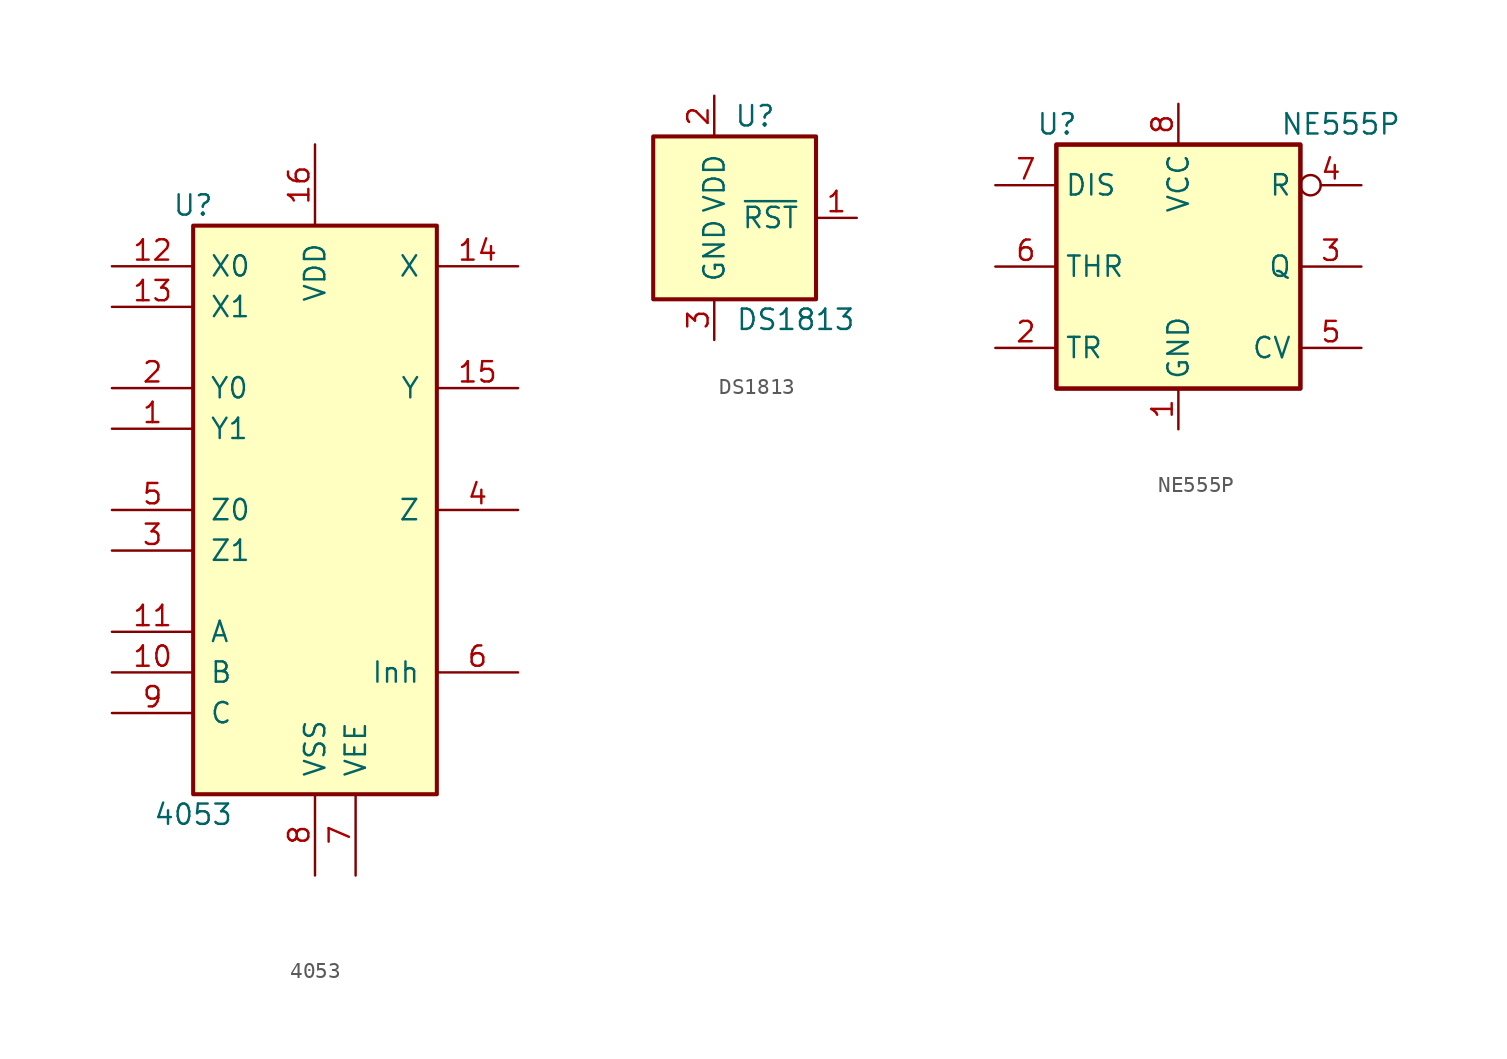
<source format=kicad_sym>
(kicad_symbol_lib
  (version 20211014)
  (generator kicad_symbol_editor)
  (symbol "4053"
    (pin_names
      (offset 1.016))
    (property "Reference" "U"
      (at -7.62 19.05 0)
      (effects (font (size 1.27 1.27))))
    (property "Value" "4053"
      (at -7.62 -19.05 0)
      (effects (font (size 1.27 1.27))))
    (property "ki_locked" ""
      (at 0 0 0)
      (effects (font (size 1.27 1.27))))
    (symbol "4053_1_0"
      (pin passive line (at -12.7 5.08 0) (length 5.08) (name "Y1" (effects (font (size 1.27 1.27)))) (number "1" (effects (font (size 1.27 1.27)))))
      (pin input line (at -12.7 -10.16 0) (length 5.08) (name "B" (effects (font (size 1.27 1.27)))) (number "10" (effects (font (size 1.27 1.27)))))
      (pin input line (at -12.7 -7.62 0) (length 5.08) (name "A" (effects (font (size 1.27 1.27)))) (number "11" (effects (font (size 1.27 1.27)))))
      (pin passive line (at -12.7 15.24 0) (length 5.08) (name "X0" (effects (font (size 1.27 1.27)))) (number "12" (effects (font (size 1.27 1.27)))))
      (pin passive line (at -12.7 12.7 0) (length 5.08) (name "X1" (effects (font (size 1.27 1.27)))) (number "13" (effects (font (size 1.27 1.27)))))
      (pin passive line (at 12.7 15.24 180) (length 5.08) (name "X" (effects (font (size 1.27 1.27)))) (number "14" (effects (font (size 1.27 1.27)))))
      (pin passive line (at 12.7 7.62 180) (length 5.08) (name "Y" (effects (font (size 1.27 1.27)))) (number "15" (effects (font (size 1.27 1.27)))))
      (pin power_in line (at 0 22.86 270) (length 5.08) (name "VDD" (effects (font (size 1.27 1.27)))) (number "16" (effects (font (size 1.27 1.27)))))
      (pin passive line (at -12.7 7.62 0) (length 5.08) (name "Y0" (effects (font (size 1.27 1.27)))) (number "2" (effects (font (size 1.27 1.27)))))
      (pin passive line (at -12.7 -2.54 0) (length 5.08) (name "Z1" (effects (font (size 1.27 1.27)))) (number "3" (effects (font (size 1.27 1.27)))))
      (pin passive line (at 12.7 0 180) (length 5.08) (name "Z" (effects (font (size 1.27 1.27)))) (number "4" (effects (font (size 1.27 1.27)))))
      (pin passive line (at -12.7 0 0) (length 5.08) (name "Z0" (effects (font (size 1.27 1.27)))) (number "5" (effects (font (size 1.27 1.27)))))
      (pin input line (at 12.7 -10.16 180) (length 5.08) (name "Inh" (effects (font (size 1.27 1.27)))) (number "6" (effects (font (size 1.27 1.27)))))
      (pin power_in line (at 2.54 -22.86 90) (length 5.08) (name "VEE" (effects (font (size 1.27 1.27)))) (number "7" (effects (font (size 1.27 1.27)))))
      (pin power_in line (at 0 -22.86 90) (length 5.08) (name "VSS" (effects (font (size 1.27 1.27)))) (number "8" (effects (font (size 1.27 1.27)))))
      (pin input line (at -12.7 -12.7 0) (length 5.08) (name "C" (effects (font (size 1.27 1.27)))) (number "9" (effects (font (size 1.27 1.27))))))
    (symbol "4053_1_1"
      (rectangle (start -7.62 17.78) (end 7.62 -17.78) (stroke (width 0.254) (type default) (color 0 0 0 0)) (fill (type background)))))
  (symbol "DS1813"
    (pin_names
      (offset 1.016))
    (property "Reference" "U"
      (at 1.27 6.35 0)
      (effects (font (size 1.27 1.27))))
    (property "Value" "DS1813"
      (at 3.81 -6.35 0)
      (effects (font (size 1.27 1.27))))
    (symbol "DS1813_1_1"
      (rectangle (start -5.08 5.08) (end 5.08 -5.08) (stroke (width 0.254) (type default) (color 0 0 0 0)) (fill (type background)))
      (pin bidirectional line (at 7.62 0 180) (length 2.54) (name "~{RST}" (effects (font (size 1.27 1.27)))) (number "1" (effects (font (size 1.27 1.27)))))
      (pin power_in line (at -1.27 7.62 270) (length 2.54) (name "VDD" (effects (font (size 1.27 1.27)))) (number "2" (effects (font (size 1.27 1.27)))))
      (pin power_in line (at -1.27 -7.62 90) (length 2.54) (name "GND" (effects (font (size 1.27 1.27)))) (number "3" (effects (font (size 1.27 1.27)))))))
  (symbol "NE555P"
    (property "Reference" "U"
      (at -8.89 8.89 0)
      (effects (font (size 1.27 1.27)) (justify left)))
    (property "Value" "NE555P"
      (at 6.35 8.89 0)
      (effects (font (size 1.27 1.27)) (justify left)))
    (symbol "NE555P_0_0"
      (pin power_in line (at 0 -10.16 90) (length 2.54) (name "GND" (effects (font (size 1.27 1.27)))) (number "1" (effects (font (size 1.27 1.27)))))
      (pin power_in line (at 0 10.16 270) (length 2.54) (name "VCC" (effects (font (size 1.27 1.27)))) (number "8" (effects (font (size 1.27 1.27))))))
    (symbol "NE555P_0_1"
      (rectangle (start -7.62 -7.62) (end 7.62 7.62) (stroke (width 0.254) (type default) (color 0 0 0 0)) (fill (type background)))
      (rectangle (start -7.62 -7.62) (end 7.62 7.62) (stroke (width 0.254) (type default) (color 0 0 0 0)) (fill (type background))))
    (symbol "NE555P_1_1"
      (pin input line (at -11.43 -5.08 0) (length 3.81) (name "TR" (effects (font (size 1.27 1.27)))) (number "2" (effects (font (size 1.27 1.27)))))
      (pin output line (at 11.43 0 180) (length 3.81) (name "Q" (effects (font (size 1.27 1.27)))) (number "3" (effects (font (size 1.27 1.27)))))
      (pin input inverted (at 11.43 5.08 180) (length 3.81) (name "R" (effects (font (size 1.27 1.27)))) (number "4" (effects (font (size 1.27 1.27)))))
      (pin input line (at 11.43 -5.08 180) (length 3.81) (name "CV" (effects (font (size 1.27 1.27)))) (number "5" (effects (font (size 1.27 1.27)))))
      (pin input line (at -11.43 0 0) (length 3.81) (name "THR" (effects (font (size 1.27 1.27)))) (number "6" (effects (font (size 1.27 1.27)))))
      (pin input line (at -11.43 5.08 0) (length 3.81) (name "DIS" (effects (font (size 1.27 1.27)))) (number "7" (effects (font (size 1.27 1.27))))))))
</source>
